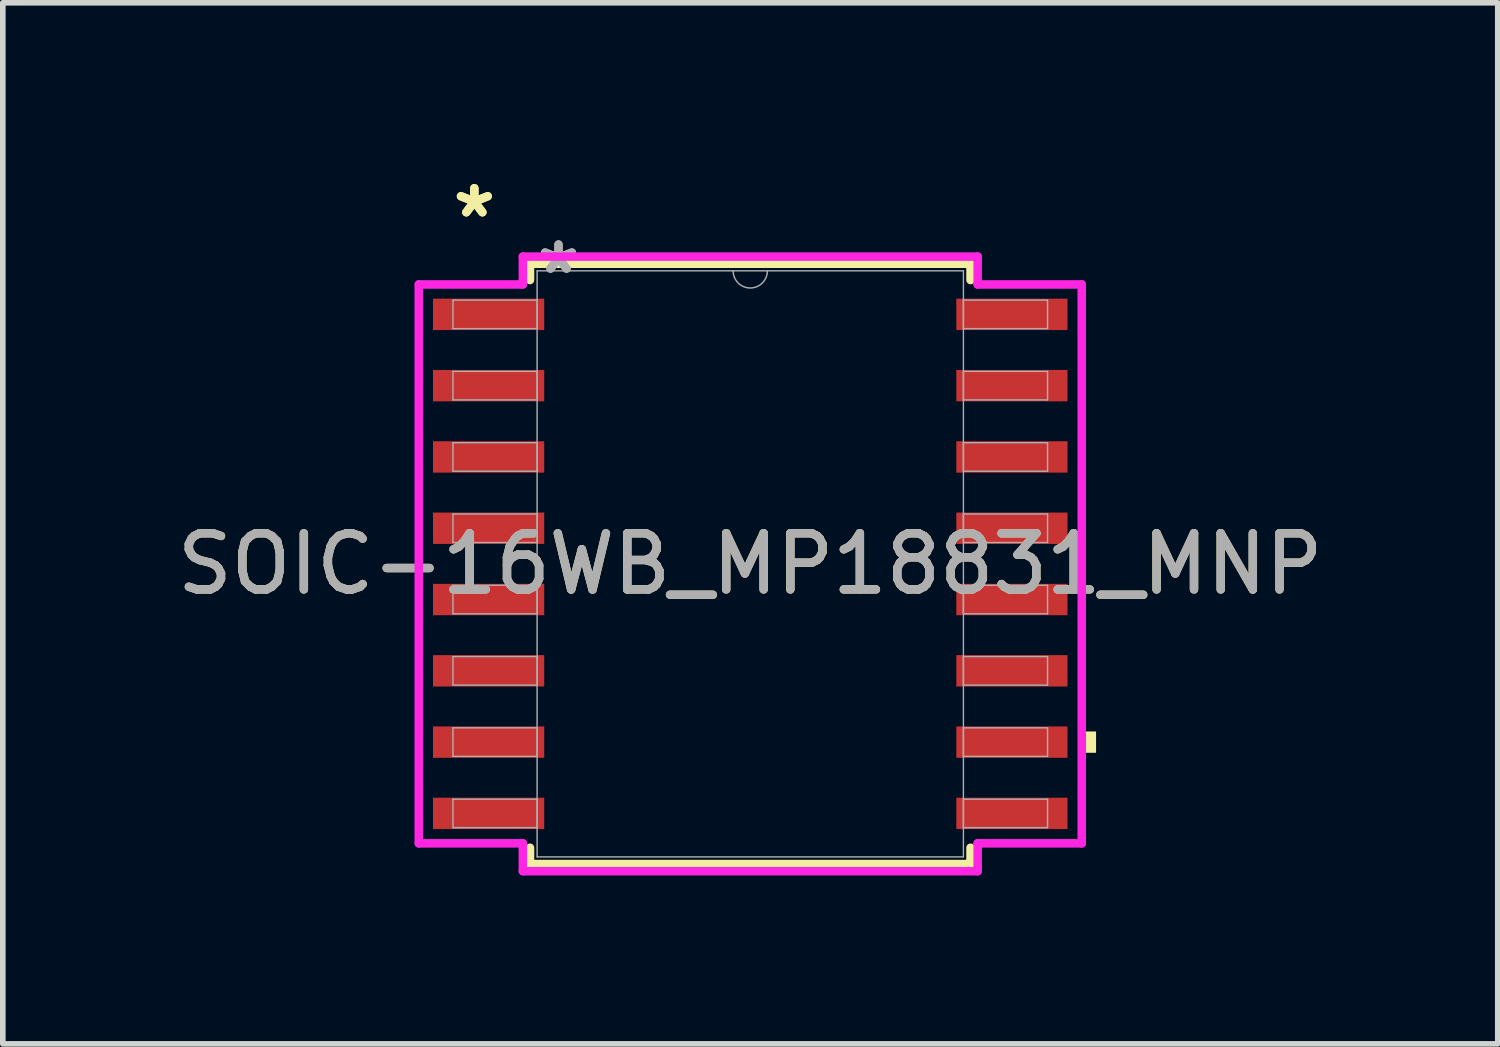
<source format=kicad_pcb>
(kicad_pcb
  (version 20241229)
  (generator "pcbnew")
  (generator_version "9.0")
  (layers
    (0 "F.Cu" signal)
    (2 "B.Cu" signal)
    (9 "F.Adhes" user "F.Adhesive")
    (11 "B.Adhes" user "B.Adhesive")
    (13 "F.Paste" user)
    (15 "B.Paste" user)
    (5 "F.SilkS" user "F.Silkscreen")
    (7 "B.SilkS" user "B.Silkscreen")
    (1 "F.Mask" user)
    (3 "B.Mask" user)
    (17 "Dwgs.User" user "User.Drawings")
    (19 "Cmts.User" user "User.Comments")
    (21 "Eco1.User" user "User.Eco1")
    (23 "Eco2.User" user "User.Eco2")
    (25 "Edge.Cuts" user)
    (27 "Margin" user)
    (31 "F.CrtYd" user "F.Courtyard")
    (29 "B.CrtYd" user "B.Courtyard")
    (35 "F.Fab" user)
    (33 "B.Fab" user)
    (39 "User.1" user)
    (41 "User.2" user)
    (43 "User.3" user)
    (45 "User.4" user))
  (footprint "SOIC-16WB_MP18831_MNP"
    (layer "F.Cu")
    (at 10.315 6.995)
    (property "Reference" "SOIC-16WB_MP18831_MNP" (at 0 0 0) (unlocked yes) (layer "F.SilkS") (effects (font (size 1 1) (thickness 0.15))))
    (attr smd)
    (fp_line (start -3.924 -5.347) (end -3.924 -5.057) (stroke (width 0.152) (type solid)) (layer "F.SilkS"))
    (fp_line (start -3.924 5.057) (end -3.924 5.347) (stroke (width 0.152) (type solid)) (layer "F.SilkS"))
    (fp_line (start -3.924 5.347) (end 3.924 5.347) (stroke (width 0.152) (type solid)) (layer "F.SilkS"))
    (fp_line (start 3.924 -5.347) (end -3.924 -5.347) (stroke (width 0.152) (type solid)) (layer "F.SilkS"))
    (fp_line (start 3.924 -5.057) (end 3.924 -5.347) (stroke (width 0.152) (type solid)) (layer "F.SilkS"))
    (fp_line (start 3.924 5.347) (end 3.924 5.057) (stroke (width 0.152) (type solid)) (layer "F.SilkS"))
    (fp_poly (pts (xy 6.16 2.985) (xy 6.16 3.365) (xy 5.905 3.365) (xy 5.905 2.985)) (stroke (width 0) (type solid)) (fill yes) (layer "F.SilkS"))
    (fp_line (start -5.905 -4.978) (end -4.051 -4.978) (stroke (width 0.152) (type solid)) (layer "F.CrtYd"))
    (fp_line (start -5.905 4.978) (end -5.905 -4.978) (stroke (width 0.152) (type solid)) (layer "F.CrtYd"))
    (fp_line (start -5.905 4.978) (end -4.051 4.978) (stroke (width 0.152) (type solid)) (layer "F.CrtYd"))
    (fp_line (start -4.051 -5.474) (end 4.051 -5.474) (stroke (width 0.152) (type solid)) (layer "F.CrtYd"))
    (fp_line (start -4.051 -4.978) (end -4.051 -5.474) (stroke (width 0.152) (type solid)) (layer "F.CrtYd"))
    (fp_line (start -4.051 5.474) (end -4.051 4.978) (stroke (width 0.152) (type solid)) (layer "F.CrtYd"))
    (fp_line (start 4.051 -5.474) (end 4.051 -4.978) (stroke (width 0.152) (type solid)) (layer "F.CrtYd"))
    (fp_line (start 4.051 4.978) (end 4.051 5.474) (stroke (width 0.152) (type solid)) (layer "F.CrtYd"))
    (fp_line (start 4.051 5.474) (end -4.051 5.474) (stroke (width 0.152) (type solid)) (layer "F.CrtYd"))
    (fp_line (start 5.905 -4.978) (end 4.051 -4.978) (stroke (width 0.152) (type solid)) (layer "F.CrtYd"))
    (fp_line (start 5.905 -4.978) (end 5.905 4.978) (stroke (width 0.152) (type solid)) (layer "F.CrtYd"))
    (fp_line (start 5.905 4.978) (end 4.051 4.978) (stroke (width 0.152) (type solid)) (layer "F.CrtYd"))
    (fp_line (start -5.296 -4.699) (end -5.296 -4.191) (stroke (width 0.025) (type solid)) (layer "F.Fab"))
    (fp_line (start -5.296 -4.191) (end -3.797 -4.191) (stroke (width 0.025) (type solid)) (layer "F.Fab"))
    (fp_line (start -5.296 -3.429) (end -5.296 -2.921) (stroke (width 0.025) (type solid)) (layer "F.Fab"))
    (fp_line (start -5.296 -2.921) (end -3.797 -2.921) (stroke (width 0.025) (type solid)) (layer "F.Fab"))
    (fp_line (start -5.296 -2.159) (end -5.296 -1.651) (stroke (width 0.025) (type solid)) (layer "F.Fab"))
    (fp_line (start -5.296 -1.651) (end -3.797 -1.651) (stroke (width 0.025) (type solid)) (layer "F.Fab"))
    (fp_line (start -5.296 -0.889) (end -5.296 -0.381) (stroke (width 0.025) (type solid)) (layer "F.Fab"))
    (fp_line (start -5.296 -0.381) (end -3.797 -0.381) (stroke (width 0.025) (type solid)) (layer "F.Fab"))
    (fp_line (start -5.296 0.381) (end -5.296 0.889) (stroke (width 0.025) (type solid)) (layer "F.Fab"))
    (fp_line (start -5.296 0.889) (end -3.797 0.889) (stroke (width 0.025) (type solid)) (layer "F.Fab"))
    (fp_line (start -5.296 1.651) (end -5.296 2.159) (stroke (width 0.025) (type solid)) (layer "F.Fab"))
    (fp_line (start -5.296 2.159) (end -3.797 2.159) (stroke (width 0.025) (type solid)) (layer "F.Fab"))
    (fp_line (start -5.296 2.921) (end -5.296 3.429) (stroke (width 0.025) (type solid)) (layer "F.Fab"))
    (fp_line (start -5.296 3.429) (end -3.797 3.429) (stroke (width 0.025) (type solid)) (layer "F.Fab"))
    (fp_line (start -5.296 4.191) (end -5.296 4.699) (stroke (width 0.025) (type solid)) (layer "F.Fab"))
    (fp_line (start -5.296 4.699) (end -3.797 4.699) (stroke (width 0.025) (type solid)) (layer "F.Fab"))
    (fp_line (start -3.797 -5.22) (end -3.797 5.22) (stroke (width 0.025) (type solid)) (layer "F.Fab"))
    (fp_line (start -3.797 -4.699) (end -5.296 -4.699) (stroke (width 0.025) (type solid)) (layer "F.Fab"))
    (fp_line (start -3.797 -4.191) (end -3.797 -4.699) (stroke (width 0.025) (type solid)) (layer "F.Fab"))
    (fp_line (start -3.797 -3.429) (end -5.296 -3.429) (stroke (width 0.025) (type solid)) (layer "F.Fab"))
    (fp_line (start -3.797 -2.921) (end -3.797 -3.429) (stroke (width 0.025) (type solid)) (layer "F.Fab"))
    (fp_line (start -3.797 -2.159) (end -5.296 -2.159) (stroke (width 0.025) (type solid)) (layer "F.Fab"))
    (fp_line (start -3.797 -1.651) (end -3.797 -2.159) (stroke (width 0.025) (type solid)) (layer "F.Fab"))
    (fp_line (start -3.797 -0.889) (end -5.296 -0.889) (stroke (width 0.025) (type solid)) (layer "F.Fab"))
    (fp_line (start -3.797 -0.381) (end -3.797 -0.889) (stroke (width 0.025) (type solid)) (layer "F.Fab"))
    (fp_line (start -3.797 0.381) (end -5.296 0.381) (stroke (width 0.025) (type solid)) (layer "F.Fab"))
    (fp_line (start -3.797 0.889) (end -3.797 0.381) (stroke (width 0.025) (type solid)) (layer "F.Fab"))
    (fp_line (start -3.797 1.651) (end -5.296 1.651) (stroke (width 0.025) (type solid)) (layer "F.Fab"))
    (fp_line (start -3.797 2.159) (end -3.797 1.651) (stroke (width 0.025) (type solid)) (layer "F.Fab"))
    (fp_line (start -3.797 2.921) (end -5.296 2.921) (stroke (width 0.025) (type solid)) (layer "F.Fab"))
    (fp_line (start -3.797 3.429) (end -3.797 2.921) (stroke (width 0.025) (type solid)) (layer "F.Fab"))
    (fp_line (start -3.797 4.191) (end -5.296 4.191) (stroke (width 0.025) (type solid)) (layer "F.Fab"))
    (fp_line (start -3.797 4.699) (end -3.797 4.191) (stroke (width 0.025) (type solid)) (layer "F.Fab"))
    (fp_line (start -3.797 5.22) (end 3.797 5.22) (stroke (width 0.025) (type solid)) (layer "F.Fab"))
    (fp_line (start 3.797 -5.22) (end -3.797 -5.22) (stroke (width 0.025) (type solid)) (layer "F.Fab"))
    (fp_line (start 3.797 -4.699) (end 3.797 -4.191) (stroke (width 0.025) (type solid)) (layer "F.Fab"))
    (fp_line (start 3.797 -4.191) (end 5.296 -4.191) (stroke (width 0.025) (type solid)) (layer "F.Fab"))
    (fp_line (start 3.797 -3.429) (end 3.797 -2.921) (stroke (width 0.025) (type solid)) (layer "F.Fab"))
    (fp_line (start 3.797 -2.921) (end 5.296 -2.921) (stroke (width 0.025) (type solid)) (layer "F.Fab"))
    (fp_line (start 3.797 -2.159) (end 3.797 -1.651) (stroke (width 0.025) (type solid)) (layer "F.Fab"))
    (fp_line (start 3.797 -1.651) (end 5.296 -1.651) (stroke (width 0.025) (type solid)) (layer "F.Fab"))
    (fp_line (start 3.797 -0.889) (end 3.797 -0.381) (stroke (width 0.025) (type solid)) (layer "F.Fab"))
    (fp_line (start 3.797 -0.381) (end 5.296 -0.381) (stroke (width 0.025) (type solid)) (layer "F.Fab"))
    (fp_line (start 3.797 0.381) (end 3.797 0.889) (stroke (width 0.025) (type solid)) (layer "F.Fab"))
    (fp_line (start 3.797 0.889) (end 5.296 0.889) (stroke (width 0.025) (type solid)) (layer "F.Fab"))
    (fp_line (start 3.797 1.651) (end 3.797 2.159) (stroke (width 0.025) (type solid)) (layer "F.Fab"))
    (fp_line (start 3.797 2.159) (end 5.296 2.159) (stroke (width 0.025) (type solid)) (layer "F.Fab"))
    (fp_line (start 3.797 2.921) (end 3.797 3.429) (stroke (width 0.025) (type solid)) (layer "F.Fab"))
    (fp_line (start 3.797 3.429) (end 5.296 3.429) (stroke (width 0.025) (type solid)) (layer "F.Fab"))
    (fp_line (start 3.797 4.191) (end 3.797 4.699) (stroke (width 0.025) (type solid)) (layer "F.Fab"))
    (fp_line (start 3.797 4.699) (end 5.296 4.699) (stroke (width 0.025) (type solid)) (layer "F.Fab"))
    (fp_line (start 3.797 5.22) (end 3.797 -5.22) (stroke (width 0.025) (type solid)) (layer "F.Fab"))
    (fp_line (start 5.296 -4.699) (end 3.797 -4.699) (stroke (width 0.025) (type solid)) (layer "F.Fab"))
    (fp_line (start 5.296 -4.191) (end 5.296 -4.699) (stroke (width 0.025) (type solid)) (layer "F.Fab"))
    (fp_line (start 5.296 -3.429) (end 3.797 -3.429) (stroke (width 0.025) (type solid)) (layer "F.Fab"))
    (fp_line (start 5.296 -2.921) (end 5.296 -3.429) (stroke (width 0.025) (type solid)) (layer "F.Fab"))
    (fp_line (start 5.296 -2.159) (end 3.797 -2.159) (stroke (width 0.025) (type solid)) (layer "F.Fab"))
    (fp_line (start 5.296 -1.651) (end 5.296 -2.159) (stroke (width 0.025) (type solid)) (layer "F.Fab"))
    (fp_line (start 5.296 -0.889) (end 3.797 -0.889) (stroke (width 0.025) (type solid)) (layer "F.Fab"))
    (fp_line (start 5.296 -0.381) (end 5.296 -0.889) (stroke (width 0.025) (type solid)) (layer "F.Fab"))
    (fp_line (start 5.296 0.381) (end 3.797 0.381) (stroke (width 0.025) (type solid)) (layer "F.Fab"))
    (fp_line (start 5.296 0.889) (end 5.296 0.381) (stroke (width 0.025) (type solid)) (layer "F.Fab"))
    (fp_line (start 5.296 1.651) (end 3.797 1.651) (stroke (width 0.025) (type solid)) (layer "F.Fab"))
    (fp_line (start 5.296 2.159) (end 5.296 1.651) (stroke (width 0.025) (type solid)) (layer "F.Fab"))
    (fp_line (start 5.296 2.921) (end 3.797 2.921) (stroke (width 0.025) (type solid)) (layer "F.Fab"))
    (fp_line (start 5.296 3.429) (end 5.296 2.921) (stroke (width 0.025) (type solid)) (layer "F.Fab"))
    (fp_line (start 5.296 4.191) (end 3.797 4.191) (stroke (width 0.025) (type solid)) (layer "F.Fab"))
    (fp_line (start 5.296 4.699) (end 5.296 4.191) (stroke (width 0.025) (type solid)) (layer "F.Fab"))
    (fp_arc (start 0.3048 -5.2197) (mid 0 -4.9149) (end -0.3048 -5.2197) (stroke (width 0.0254) (type solid)) (layer "F.Fab"))
    (fp_text user "*" (at -4.915 -6.147 0) (unlocked yes) (layer "F.SilkS") (effects (font (size 1 1) (thickness 0.15))))
    (fp_text user "*" (at -4.915 -6.147 0) (layer "F.SilkS") (effects (font (size 1 1) (thickness 0.15))))
    (fp_text user "*" (at -3.416 -5.144 0) (layer "F.Fab") (effects (font (size 1 1) (thickness 0.15))))
    (fp_text user "*" (at -3.416 -5.144 0) (unlocked yes) (layer "F.Fab") (effects (font (size 1 1) (thickness 0.15))))
    (fp_text user "${REFERENCE}" (at 0 0 0) (unlocked yes) (layer "F.Fab") (effects (font (size 1 1) (thickness 0.15))))
    (pad "1" smd rect (at -4.661 -4.445) (size 1.981 0.559) (layers "F.Cu" "F.Mask" "F.Paste"))
    (pad "2" smd rect (at -4.661 -3.175) (size 1.981 0.559) (layers "F.Cu" "F.Mask" "F.Paste"))
    (pad "3" smd rect (at -4.661 -1.905) (size 1.981 0.559) (layers "F.Cu" "F.Mask" "F.Paste"))
    (pad "4" smd rect (at -4.661 -0.635) (size 1.981 0.559) (layers "F.Cu" "F.Mask" "F.Paste"))
    (pad "5" smd rect (at -4.661 0.635) (size 1.981 0.559) (layers "F.Cu" "F.Mask" "F.Paste"))
    (pad "6" smd rect (at -4.661 1.905) (size 1.981 0.559) (layers "F.Cu" "F.Mask" "F.Paste"))
    (pad "7" smd rect (at -4.661 3.175) (size 1.981 0.559) (layers "F.Cu" "F.Mask" "F.Paste"))
    (pad "8" smd rect (at -4.661 4.445) (size 1.981 0.559) (layers "F.Cu" "F.Mask" "F.Paste"))
    (pad "9" smd rect (at 4.661 4.445) (size 1.981 0.559) (layers "F.Cu" "F.Mask" "F.Paste"))
    (pad "10" smd rect (at 4.661 3.175) (size 1.981 0.559) (layers "F.Cu" "F.Mask" "F.Paste"))
    (pad "11" smd rect (at 4.661 1.905) (size 1.981 0.559) (layers "F.Cu" "F.Mask" "F.Paste"))
    (pad "12" smd rect (at 4.661 0.635) (size 1.981 0.559) (layers "F.Cu" "F.Mask" "F.Paste"))
    (pad "13" smd rect (at 4.661 -0.635) (size 1.981 0.559) (layers "F.Cu" "F.Mask" "F.Paste"))
    (pad "14" smd rect (at 4.661 -1.905) (size 1.981 0.559) (layers "F.Cu" "F.Mask" "F.Paste"))
    (pad "15" smd rect (at 4.661 -3.175) (size 1.981 0.559) (layers "F.Cu" "F.Mask" "F.Paste"))
    (pad "16" smd rect (at 4.661 -4.445) (size 1.981 0.559) (layers "F.Cu" "F.Mask" "F.Paste")))
  (gr_rect
    (start -3 -3)
    (end 23.631 15.545)
    (stroke (width 0.1) (type default))
    (fill no)
    (layer "Edge.Cuts")))
</source>
